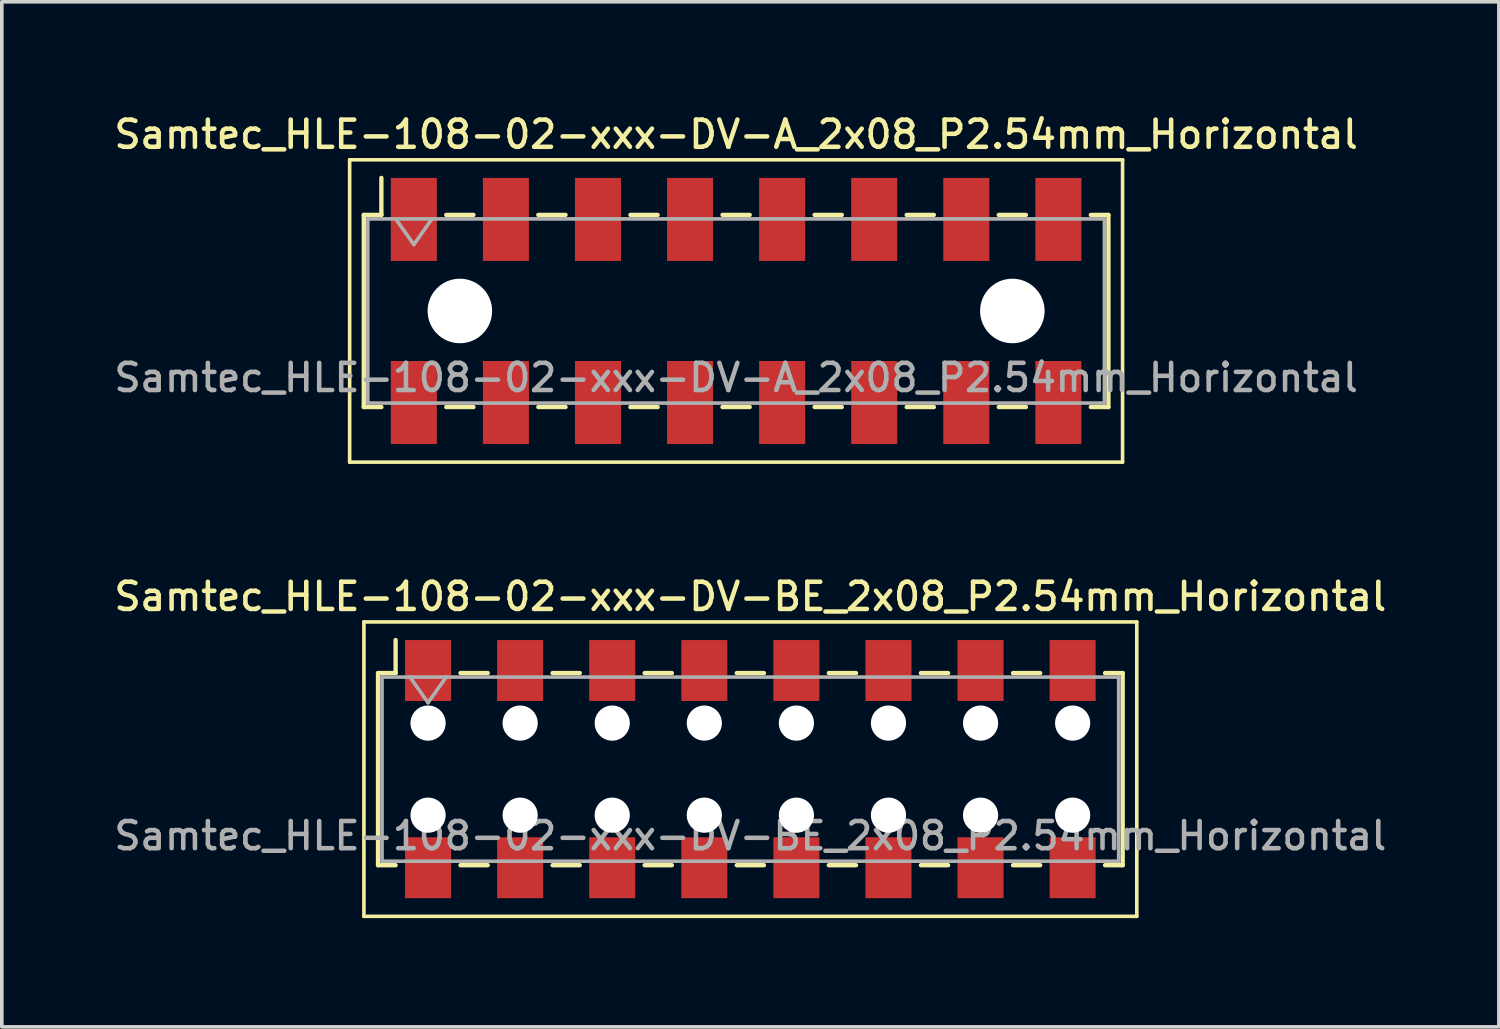
<source format=kicad_pcb>
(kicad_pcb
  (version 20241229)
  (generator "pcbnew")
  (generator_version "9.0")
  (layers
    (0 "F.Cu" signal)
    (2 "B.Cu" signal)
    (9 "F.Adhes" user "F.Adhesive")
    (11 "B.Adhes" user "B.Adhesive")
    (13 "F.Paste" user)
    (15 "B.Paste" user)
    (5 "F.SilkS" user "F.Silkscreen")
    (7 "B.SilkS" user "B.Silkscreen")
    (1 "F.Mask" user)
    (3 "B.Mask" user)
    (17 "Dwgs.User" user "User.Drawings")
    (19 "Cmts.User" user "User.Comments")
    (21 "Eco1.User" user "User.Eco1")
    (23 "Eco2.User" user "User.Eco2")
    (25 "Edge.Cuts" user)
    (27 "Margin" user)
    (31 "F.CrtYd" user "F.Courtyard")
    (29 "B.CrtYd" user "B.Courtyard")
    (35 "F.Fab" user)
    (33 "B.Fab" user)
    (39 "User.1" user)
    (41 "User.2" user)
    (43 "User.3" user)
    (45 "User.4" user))
  (footprint "Samtec_HLE-108-02-xxx-DV-A_2x08_P2.54mm_Horizontal"
    (layer "F.Cu")
    (at 17.255 5.528)
    (property "Reference" "Samtec_HLE-108-02-xxx-DV-A_2x08_P2.54mm_Horizontal" (at 0 -4.87 0) (layer "F.SilkS") (effects (font (size 0.75 0.75) (thickness 0.125))))
    (attr smd)
    (fp_line (start -10.66 -4.17) (end 10.66 -4.17) (stroke (width 0.1) (type solid)) (layer "F.SilkS"))
    (fp_line (start -10.66 4.17) (end -10.66 -4.17) (stroke (width 0.1) (type solid)) (layer "F.SilkS"))
    (fp_line (start -10.27 -2.65) (end -10.27 2.65) (stroke (width 0.12) (type solid)) (layer "F.SilkS"))
    (fp_line (start -10.27 2.65) (end -9.785 2.65) (stroke (width 0.12) (type solid)) (layer "F.SilkS"))
    (fp_line (start -9.785 -3.67) (end -9.785 -2.65) (stroke (width 0.12) (type solid)) (layer "F.SilkS"))
    (fp_line (start -9.785 -2.65) (end -10.27 -2.65) (stroke (width 0.12) (type solid)) (layer "F.SilkS"))
    (fp_line (start -7.995 -2.65) (end -7.245 -2.65) (stroke (width 0.12) (type solid)) (layer "F.SilkS"))
    (fp_line (start -7.995 2.65) (end -7.245 2.65) (stroke (width 0.12) (type solid)) (layer "F.SilkS"))
    (fp_line (start -5.455 -2.65) (end -4.705 -2.65) (stroke (width 0.12) (type solid)) (layer "F.SilkS"))
    (fp_line (start -5.455 2.65) (end -4.705 2.65) (stroke (width 0.12) (type solid)) (layer "F.SilkS"))
    (fp_line (start -2.915 -2.65) (end -2.165 -2.65) (stroke (width 0.12) (type solid)) (layer "F.SilkS"))
    (fp_line (start -2.915 2.65) (end -2.165 2.65) (stroke (width 0.12) (type solid)) (layer "F.SilkS"))
    (fp_line (start -0.375 -2.65) (end 0.375 -2.65) (stroke (width 0.12) (type solid)) (layer "F.SilkS"))
    (fp_line (start -0.375 2.65) (end 0.375 2.65) (stroke (width 0.12) (type solid)) (layer "F.SilkS"))
    (fp_line (start 2.165 -2.65) (end 2.915 -2.65) (stroke (width 0.12) (type solid)) (layer "F.SilkS"))
    (fp_line (start 2.165 2.65) (end 2.915 2.65) (stroke (width 0.12) (type solid)) (layer "F.SilkS"))
    (fp_line (start 4.705 -2.65) (end 5.455 -2.65) (stroke (width 0.12) (type solid)) (layer "F.SilkS"))
    (fp_line (start 4.705 2.65) (end 5.455 2.65) (stroke (width 0.12) (type solid)) (layer "F.SilkS"))
    (fp_line (start 7.245 -2.65) (end 7.995 -2.65) (stroke (width 0.12) (type solid)) (layer "F.SilkS"))
    (fp_line (start 7.245 2.65) (end 7.995 2.65) (stroke (width 0.12) (type solid)) (layer "F.SilkS"))
    (fp_line (start 9.785 -2.65) (end 10.27 -2.65) (stroke (width 0.12) (type solid)) (layer "F.SilkS"))
    (fp_line (start 10.27 -2.65) (end 10.27 2.65) (stroke (width 0.12) (type solid)) (layer "F.SilkS"))
    (fp_line (start 10.27 2.65) (end 9.785 2.65) (stroke (width 0.12) (type solid)) (layer "F.SilkS"))
    (fp_line (start 10.66 -4.17) (end 10.66 4.17) (stroke (width 0.1) (type solid)) (layer "F.SilkS"))
    (fp_line (start 10.66 4.17) (end -10.66 4.17) (stroke (width 0.1) (type solid)) (layer "F.SilkS"))
    (fp_line (start -10.16 -2.54) (end 10.16 -2.54) (stroke (width 0.1) (type solid)) (layer "F.Fab"))
    (fp_line (start -10.16 2.54) (end -10.16 -2.54) (stroke (width 0.1) (type solid)) (layer "F.Fab"))
    (fp_line (start -9.39 -2.54) (end -8.89 -1.833) (stroke (width 0.1) (type solid)) (layer "F.Fab"))
    (fp_line (start -8.89 -1.833) (end -8.39 -2.54) (stroke (width 0.1) (type solid)) (layer "F.Fab"))
    (fp_line (start 10.16 -2.54) (end 10.16 2.54) (stroke (width 0.1) (type solid)) (layer "F.Fab"))
    (fp_line (start 10.16 2.54) (end -10.16 2.54) (stroke (width 0.1) (type solid)) (layer "F.Fab"))
    (fp_text user "${REFERENCE}" (at 0 1.84 0) (layer "F.Fab") (effects (font (size 0.75 0.75) (thickness 0.125))))
    (pad "" np_thru_hole circle (at -7.62 0) (size 1.78 1.78) (drill 1.78) (layers "*.Cu" "*.Mask"))
    (pad "" np_thru_hole circle (at 7.62 0) (size 1.78 1.78) (drill 1.78) (layers "*.Cu" "*.Mask"))
    (pad "1" smd rect (at -8.89 -2.525) (size 1.27 2.29) (layers "F.Cu" "F.Mask" "F.Paste"))
    (pad "2" smd rect (at -8.89 2.525) (size 1.27 2.29) (layers "F.Cu" "F.Mask" "F.Paste"))
    (pad "3" smd rect (at -6.35 -2.525) (size 1.27 2.29) (layers "F.Cu" "F.Mask" "F.Paste"))
    (pad "4" smd rect (at -6.35 2.525) (size 1.27 2.29) (layers "F.Cu" "F.Mask" "F.Paste"))
    (pad "5" smd rect (at -3.81 -2.525) (size 1.27 2.29) (layers "F.Cu" "F.Mask" "F.Paste"))
    (pad "6" smd rect (at -3.81 2.525) (size 1.27 2.29) (layers "F.Cu" "F.Mask" "F.Paste"))
    (pad "7" smd rect (at -1.27 -2.525) (size 1.27 2.29) (layers "F.Cu" "F.Mask" "F.Paste"))
    (pad "8" smd rect (at -1.27 2.525) (size 1.27 2.29) (layers "F.Cu" "F.Mask" "F.Paste"))
    (pad "9" smd rect (at 1.27 -2.525) (size 1.27 2.29) (layers "F.Cu" "F.Mask" "F.Paste"))
    (pad "10" smd rect (at 1.27 2.525) (size 1.27 2.29) (layers "F.Cu" "F.Mask" "F.Paste"))
    (pad "11" smd rect (at 3.81 -2.525) (size 1.27 2.29) (layers "F.Cu" "F.Mask" "F.Paste"))
    (pad "12" smd rect (at 3.81 2.525) (size 1.27 2.29) (layers "F.Cu" "F.Mask" "F.Paste"))
    (pad "13" smd rect (at 6.35 -2.525) (size 1.27 2.29) (layers "F.Cu" "F.Mask" "F.Paste"))
    (pad "14" smd rect (at 6.35 2.525) (size 1.27 2.29) (layers "F.Cu" "F.Mask" "F.Paste"))
    (pad "15" smd rect (at 8.89 -2.525) (size 1.27 2.29) (layers "F.Cu" "F.Mask" "F.Paste"))
    (pad "16" smd rect (at 8.89 2.525) (size 1.27 2.29) (layers "F.Cu" "F.Mask" "F.Paste")))
  (footprint "Samtec_HLE-108-02-xxx-DV-BE_2x08_P2.54mm_Horizontal"
    (layer "F.Cu")
    (at 17.648 18.166)
    (property "Reference" "Samtec_HLE-108-02-xxx-DV-BE_2x08_P2.54mm_Horizontal" (at 0 -4.76 0) (layer "F.SilkS") (effects (font (size 0.75 0.75) (thickness 0.125))))
    (attr smd)
    (fp_line (start -10.66 -4.06) (end 10.66 -4.06) (stroke (width 0.1) (type solid)) (layer "F.SilkS"))
    (fp_line (start -10.66 4.06) (end -10.66 -4.06) (stroke (width 0.1) (type solid)) (layer "F.SilkS"))
    (fp_line (start -10.27 -2.65) (end -10.27 2.65) (stroke (width 0.12) (type solid)) (layer "F.SilkS"))
    (fp_line (start -10.27 2.65) (end -9.785 2.65) (stroke (width 0.12) (type solid)) (layer "F.SilkS"))
    (fp_line (start -9.785 -3.56) (end -9.785 -2.65) (stroke (width 0.12) (type solid)) (layer "F.SilkS"))
    (fp_line (start -9.785 -2.65) (end -10.27 -2.65) (stroke (width 0.12) (type solid)) (layer "F.SilkS"))
    (fp_line (start -7.995 -2.65) (end -7.245 -2.65) (stroke (width 0.12) (type solid)) (layer "F.SilkS"))
    (fp_line (start -7.995 2.65) (end -7.245 2.65) (stroke (width 0.12) (type solid)) (layer "F.SilkS"))
    (fp_line (start -5.455 -2.65) (end -4.705 -2.65) (stroke (width 0.12) (type solid)) (layer "F.SilkS"))
    (fp_line (start -5.455 2.65) (end -4.705 2.65) (stroke (width 0.12) (type solid)) (layer "F.SilkS"))
    (fp_line (start -2.915 -2.65) (end -2.165 -2.65) (stroke (width 0.12) (type solid)) (layer "F.SilkS"))
    (fp_line (start -2.915 2.65) (end -2.165 2.65) (stroke (width 0.12) (type solid)) (layer "F.SilkS"))
    (fp_line (start -0.375 -2.65) (end 0.375 -2.65) (stroke (width 0.12) (type solid)) (layer "F.SilkS"))
    (fp_line (start -0.375 2.65) (end 0.375 2.65) (stroke (width 0.12) (type solid)) (layer "F.SilkS"))
    (fp_line (start 2.165 -2.65) (end 2.915 -2.65) (stroke (width 0.12) (type solid)) (layer "F.SilkS"))
    (fp_line (start 2.165 2.65) (end 2.915 2.65) (stroke (width 0.12) (type solid)) (layer "F.SilkS"))
    (fp_line (start 4.705 -2.65) (end 5.455 -2.65) (stroke (width 0.12) (type solid)) (layer "F.SilkS"))
    (fp_line (start 4.705 2.65) (end 5.455 2.65) (stroke (width 0.12) (type solid)) (layer "F.SilkS"))
    (fp_line (start 7.245 -2.65) (end 7.995 -2.65) (stroke (width 0.12) (type solid)) (layer "F.SilkS"))
    (fp_line (start 7.245 2.65) (end 7.995 2.65) (stroke (width 0.12) (type solid)) (layer "F.SilkS"))
    (fp_line (start 9.785 -2.65) (end 10.27 -2.65) (stroke (width 0.12) (type solid)) (layer "F.SilkS"))
    (fp_line (start 10.27 -2.65) (end 10.27 2.65) (stroke (width 0.12) (type solid)) (layer "F.SilkS"))
    (fp_line (start 10.27 2.65) (end 9.785 2.65) (stroke (width 0.12) (type solid)) (layer "F.SilkS"))
    (fp_line (start 10.66 -4.06) (end 10.66 4.06) (stroke (width 0.1) (type solid)) (layer "F.SilkS"))
    (fp_line (start 10.66 4.06) (end -10.66 4.06) (stroke (width 0.1) (type solid)) (layer "F.SilkS"))
    (fp_line (start -10.16 -2.54) (end 10.16 -2.54) (stroke (width 0.1) (type solid)) (layer "F.Fab"))
    (fp_line (start -10.16 2.54) (end -10.16 -2.54) (stroke (width 0.1) (type solid)) (layer "F.Fab"))
    (fp_line (start -9.39 -2.54) (end -8.89 -1.833) (stroke (width 0.1) (type solid)) (layer "F.Fab"))
    (fp_line (start -8.89 -1.833) (end -8.39 -2.54) (stroke (width 0.1) (type solid)) (layer "F.Fab"))
    (fp_line (start 10.16 -2.54) (end 10.16 2.54) (stroke (width 0.1) (type solid)) (layer "F.Fab"))
    (fp_line (start 10.16 2.54) (end -10.16 2.54) (stroke (width 0.1) (type solid)) (layer "F.Fab"))
    (fp_text user "${REFERENCE}" (at 0 1.84 0) (layer "F.Fab") (effects (font (size 0.75 0.75) (thickness 0.125))))
    (pad "" np_thru_hole circle (at -8.89 -1.27) (size 0.97 0.97) (drill 0.97) (layers "*.Cu" "*.Mask"))
    (pad "" np_thru_hole circle (at -8.89 1.27) (size 0.97 0.97) (drill 0.97) (layers "*.Cu" "*.Mask"))
    (pad "" np_thru_hole circle (at -6.35 -1.27) (size 0.97 0.97) (drill 0.97) (layers "*.Cu" "*.Mask"))
    (pad "" np_thru_hole circle (at -6.35 1.27) (size 0.97 0.97) (drill 0.97) (layers "*.Cu" "*.Mask"))
    (pad "" np_thru_hole circle (at -3.81 -1.27) (size 0.97 0.97) (drill 0.97) (layers "*.Cu" "*.Mask"))
    (pad "" np_thru_hole circle (at -3.81 1.27) (size 0.97 0.97) (drill 0.97) (layers "*.Cu" "*.Mask"))
    (pad "" np_thru_hole circle (at -1.27 -1.27) (size 0.97 0.97) (drill 0.97) (layers "*.Cu" "*.Mask"))
    (pad "" np_thru_hole circle (at -1.27 1.27) (size 0.97 0.97) (drill 0.97) (layers "*.Cu" "*.Mask"))
    (pad "" np_thru_hole circle (at 1.27 -1.27) (size 0.97 0.97) (drill 0.97) (layers "*.Cu" "*.Mask"))
    (pad "" np_thru_hole circle (at 1.27 1.27) (size 0.97 0.97) (drill 0.97) (layers "*.Cu" "*.Mask"))
    (pad "" np_thru_hole circle (at 3.81 -1.27) (size 0.97 0.97) (drill 0.97) (layers "*.Cu" "*.Mask"))
    (pad "" np_thru_hole circle (at 3.81 1.27) (size 0.97 0.97) (drill 0.97) (layers "*.Cu" "*.Mask"))
    (pad "" np_thru_hole circle (at 6.35 -1.27) (size 0.97 0.97) (drill 0.97) (layers "*.Cu" "*.Mask"))
    (pad "" np_thru_hole circle (at 6.35 1.27) (size 0.97 0.97) (drill 0.97) (layers "*.Cu" "*.Mask"))
    (pad "" np_thru_hole circle (at 8.89 -1.27) (size 0.97 0.97) (drill 0.97) (layers "*.Cu" "*.Mask"))
    (pad "" np_thru_hole circle (at 8.89 1.27) (size 0.97 0.97) (drill 0.97) (layers "*.Cu" "*.Mask"))
    (pad "1" smd rect (at -8.89 -2.72) (size 1.27 1.68) (layers "F.Cu" "F.Mask" "F.Paste"))
    (pad "2" smd rect (at -8.89 2.72) (size 1.27 1.68) (layers "F.Cu" "F.Mask" "F.Paste"))
    (pad "3" smd rect (at -6.35 -2.72) (size 1.27 1.68) (layers "F.Cu" "F.Mask" "F.Paste"))
    (pad "4" smd rect (at -6.35 2.72) (size 1.27 1.68) (layers "F.Cu" "F.Mask" "F.Paste"))
    (pad "5" smd rect (at -3.81 -2.72) (size 1.27 1.68) (layers "F.Cu" "F.Mask" "F.Paste"))
    (pad "6" smd rect (at -3.81 2.72) (size 1.27 1.68) (layers "F.Cu" "F.Mask" "F.Paste"))
    (pad "7" smd rect (at -1.27 -2.72) (size 1.27 1.68) (layers "F.Cu" "F.Mask" "F.Paste"))
    (pad "8" smd rect (at -1.27 2.72) (size 1.27 1.68) (layers "F.Cu" "F.Mask" "F.Paste"))
    (pad "9" smd rect (at 1.27 -2.72) (size 1.27 1.68) (layers "F.Cu" "F.Mask" "F.Paste"))
    (pad "10" smd rect (at 1.27 2.72) (size 1.27 1.68) (layers "F.Cu" "F.Mask" "F.Paste"))
    (pad "11" smd rect (at 3.81 -2.72) (size 1.27 1.68) (layers "F.Cu" "F.Mask" "F.Paste"))
    (pad "12" smd rect (at 3.81 2.72) (size 1.27 1.68) (layers "F.Cu" "F.Mask" "F.Paste"))
    (pad "13" smd rect (at 6.35 -2.72) (size 1.27 1.68) (layers "F.Cu" "F.Mask" "F.Paste"))
    (pad "14" smd rect (at 6.35 2.72) (size 1.27 1.68) (layers "F.Cu" "F.Mask" "F.Paste"))
    (pad "15" smd rect (at 8.89 -2.72) (size 1.27 1.68) (layers "F.Cu" "F.Mask" "F.Paste"))
    (pad "16" smd rect (at 8.89 2.72) (size 1.27 1.68) (layers "F.Cu" "F.Mask" "F.Paste")))
  (gr_rect
    (start -3 -3)
    (end 38.296 25.276)
    (stroke (width 0.1) (type default))
    (fill no)
    (layer "Edge.Cuts")))
</source>
